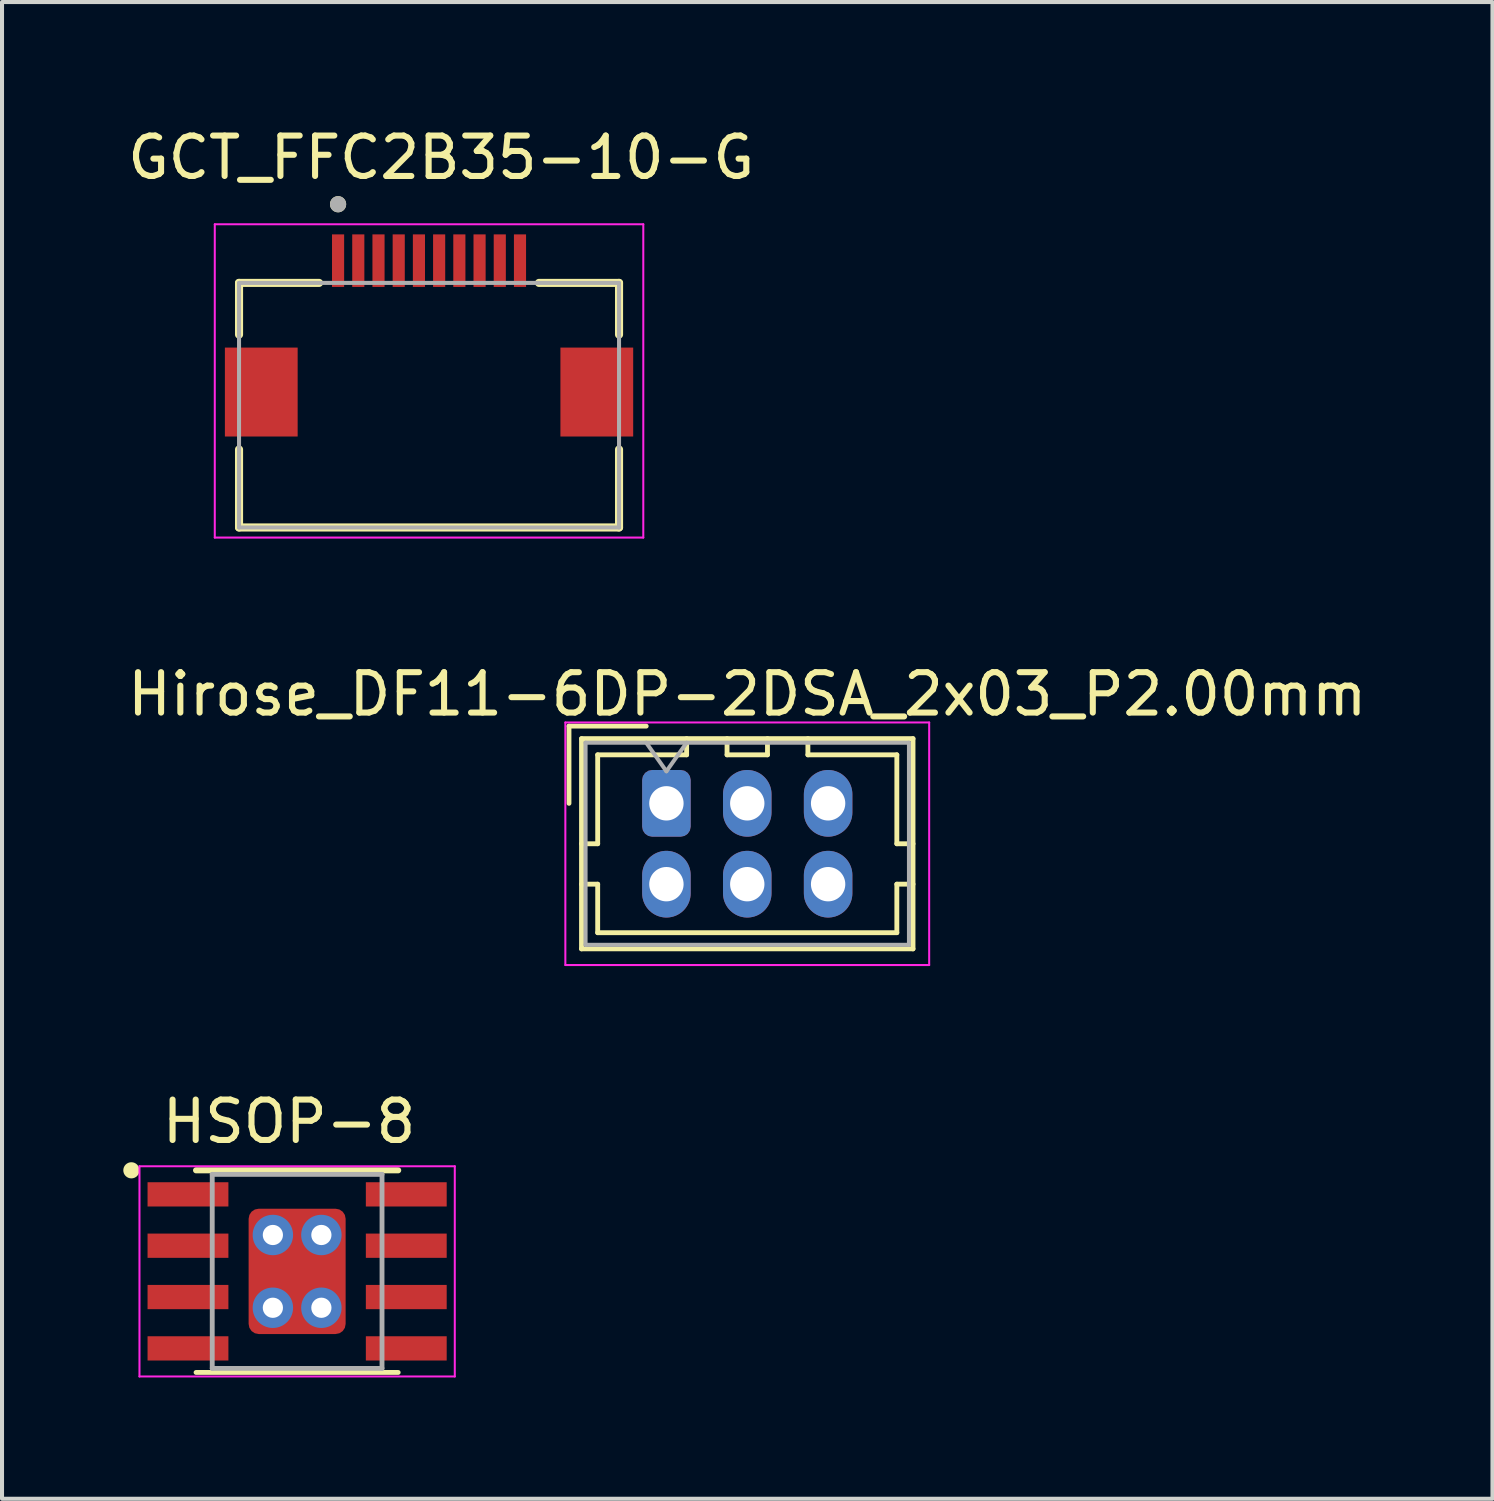
<source format=kicad_pcb>
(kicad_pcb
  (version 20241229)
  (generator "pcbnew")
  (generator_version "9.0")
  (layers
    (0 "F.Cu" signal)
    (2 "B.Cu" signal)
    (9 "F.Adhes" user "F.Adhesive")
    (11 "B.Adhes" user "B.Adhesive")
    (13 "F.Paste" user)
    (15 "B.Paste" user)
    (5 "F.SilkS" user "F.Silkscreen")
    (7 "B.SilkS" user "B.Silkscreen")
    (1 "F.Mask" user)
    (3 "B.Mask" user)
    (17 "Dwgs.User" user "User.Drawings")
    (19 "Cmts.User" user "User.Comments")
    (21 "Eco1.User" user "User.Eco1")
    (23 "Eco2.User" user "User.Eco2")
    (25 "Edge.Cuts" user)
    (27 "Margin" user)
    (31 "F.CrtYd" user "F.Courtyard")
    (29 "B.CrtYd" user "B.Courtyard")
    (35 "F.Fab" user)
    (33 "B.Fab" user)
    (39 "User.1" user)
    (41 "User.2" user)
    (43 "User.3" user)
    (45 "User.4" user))
  (footprint "HSOP-8"
    (layer "F.Cu")
    (at 4.3 28.4)
    (property "Reference" "HSOP-8" (at -0.2 -3.705 0) (layer "F.SilkS") (effects (font (size 1 1) (thickness 0.15))))
    (attr smd)
    (fp_line (start -2.5 -2.5) (end 2.5 -2.5) (stroke (width 0.15) (type solid)) (layer "F.SilkS"))
    (fp_line (start 2.5 2.5) (end -2.5 2.5) (stroke (width 0.12) (type solid)) (layer "F.SilkS"))
    (fp_circle (center -4.1 -2.5) (end -4 -2.5) (stroke (width 0.2) (type solid)) (fill no) (layer "F.SilkS"))
    (fp_line (start -3.9 -2.6) (end 3.9 -2.6) (stroke (width 0.05) (type solid)) (layer "F.CrtYd"))
    (fp_line (start -3.9 2.6) (end -3.9 -2.6) (stroke (width 0.05) (type solid)) (layer "F.CrtYd"))
    (fp_line (start 3.9 -2.6) (end 3.9 2.6) (stroke (width 0.05) (type solid)) (layer "F.CrtYd"))
    (fp_line (start 3.9 2.6) (end -3.9 2.6) (stroke (width 0.05) (type solid)) (layer "F.CrtYd"))
    (fp_line (start -2.1 -2.4) (end -2.1 2.4) (stroke (width 0.12) (type solid)) (layer "F.Fab"))
    (fp_line (start -2.1 2.4) (end 2.1 2.4) (stroke (width 0.12) (type solid)) (layer "F.Fab"))
    (fp_line (start 2.1 -2.4) (end -2.1 -2.4) (stroke (width 0.12) (type solid)) (layer "F.Fab"))
    (fp_line (start 2.1 2.4) (end 2.1 -2.4) (stroke (width 0.12) (type solid)) (layer "F.Fab"))
    (pad "1" smd rect (at -2.7 -1.905 270) (size 0.6 2) (layers "F.Cu" "F.Mask" "F.Paste"))
    (pad "2" smd rect (at -2.7 -0.635 270) (size 0.6 2) (layers "F.Cu" "F.Mask" "F.Paste"))
    (pad "3" smd rect (at -2.7 0.635 270) (size 0.6 2) (layers "F.Cu" "F.Mask" "F.Paste"))
    (pad "4" smd rect (at -2.7 1.905 270) (size 0.6 2) (layers "F.Cu" "F.Mask" "F.Paste"))
    (pad "5" smd rect (at 2.7 1.905 270) (size 0.6 2) (layers "F.Cu" "F.Mask" "F.Paste"))
    (pad "6" smd rect (at 2.7 0.635 270) (size 0.6 2) (layers "F.Cu" "F.Mask" "F.Paste"))
    (pad "7" smd rect (at 2.7 -0.635 270) (size 0.6 2) (layers "F.Cu" "F.Mask" "F.Paste"))
    (pad "8" smd rect (at 2.7 -1.905 270) (size 0.6 2) (layers "F.Cu" "F.Mask" "F.Paste"))
    (pad "EP" thru_hole circle (at -0.6 -0.9) (size 1 1) (drill 0.5) (layers "*.Cu" "*.Mask"))
    (pad "EP" thru_hole circle (at -0.6 0.9) (size 1 1) (drill 0.5) (layers "*.Cu" "*.Mask"))
    (pad "EP" smd roundrect (at 0 0) (size 2.4 3.1) (layers "F.Cu" "F.Mask" "F.Paste") (roundrect_rratio 0.104))
    (pad "EP" thru_hole circle (at 0.6 -0.9) (size 1 1) (drill 0.5) (layers "*.Cu" "*.Mask"))
    (pad "EP" thru_hole circle (at 0.6 0.9) (size 1 1) (drill 0.5) (layers "*.Cu" "*.Mask")))
  (footprint "GCT_FFC2B35-10-G"
    (layer "F.Cu")
    (at 7.563 6.648)
    (property "Reference" "GCT_FFC2B35-10-G" (at 0.3 -5.8 0) (layer "F.SilkS") (effects (font (size 1 1) (thickness 0.15))))
    (attr smd)
    (fp_line (start -4.7 -2.7) (end -2.72 -2.7) (stroke (width 0.2) (type solid)) (layer "F.SilkS"))
    (fp_line (start -4.7 -1.42) (end -4.7 -2.7) (stroke (width 0.2) (type solid)) (layer "F.SilkS"))
    (fp_line (start -4.7 3.35) (end -4.7 1.42) (stroke (width 0.2) (type solid)) (layer "F.SilkS"))
    (fp_line (start 2.72 -2.7) (end 4.7 -2.7) (stroke (width 0.2) (type solid)) (layer "F.SilkS"))
    (fp_line (start 4.7 -2.7) (end 4.7 -1.42) (stroke (width 0.2) (type solid)) (layer "F.SilkS"))
    (fp_line (start 4.7 3.35) (end -4.7 3.35) (stroke (width 0.2) (type solid)) (layer "F.SilkS"))
    (fp_line (start 4.7 3.35) (end 4.7 1.42) (stroke (width 0.2) (type solid)) (layer "F.SilkS"))
    (fp_circle (center -2.25 -4.646) (end -2.15 -4.646) (stroke (width 0.2) (type solid)) (fill no) (layer "F.SilkS"))
    (fp_line (start -5.3 -4.15) (end -5.3 3.6) (stroke (width 0.05) (type solid)) (layer "F.CrtYd"))
    (fp_line (start -5.3 3.6) (end 5.3 3.6) (stroke (width 0.05) (type solid)) (layer "F.CrtYd"))
    (fp_line (start 5.3 -4.15) (end -5.3 -4.15) (stroke (width 0.05) (type solid)) (layer "F.CrtYd"))
    (fp_line (start 5.3 3.6) (end 5.3 -4.15) (stroke (width 0.05) (type solid)) (layer "F.CrtYd"))
    (fp_line (start -4.7 -2.7) (end 4.7 -2.7) (stroke (width 0.1) (type solid)) (layer "F.Fab"))
    (fp_line (start -4.7 3.35) (end -4.7 -2.7) (stroke (width 0.1) (type solid)) (layer "F.Fab"))
    (fp_line (start 4.7 -2.7) (end 4.7 3.35) (stroke (width 0.1) (type solid)) (layer "F.Fab"))
    (fp_line (start 4.7 3.35) (end -4.7 3.35) (stroke (width 0.1) (type solid)) (layer "F.Fab"))
    (fp_circle (center -2.25 -4.646) (end -2.15 -4.646) (stroke (width 0.2) (type solid)) (fill no) (layer "F.Fab"))
    (pad "1" smd rect (at -2.25 -3.25) (size 0.3 1.3) (layers "F.Cu" "F.Mask" "F.Paste"))
    (pad "2" smd rect (at -1.75 -3.25) (size 0.3 1.3) (layers "F.Cu" "F.Mask" "F.Paste"))
    (pad "3" smd rect (at -1.25 -3.25) (size 0.3 1.3) (layers "F.Cu" "F.Mask" "F.Paste"))
    (pad "4" smd rect (at -0.75 -3.25) (size 0.3 1.3) (layers "F.Cu" "F.Mask" "F.Paste"))
    (pad "5" smd rect (at -0.25 -3.25) (size 0.3 1.3) (layers "F.Cu" "F.Mask" "F.Paste"))
    (pad "6" smd rect (at 0.25 -3.25) (size 0.3 1.3) (layers "F.Cu" "F.Mask" "F.Paste"))
    (pad "7" smd rect (at 0.75 -3.25) (size 0.3 1.3) (layers "F.Cu" "F.Mask" "F.Paste"))
    (pad "8" smd rect (at 1.25 -3.25) (size 0.3 1.3) (layers "F.Cu" "F.Mask" "F.Paste"))
    (pad "9" smd rect (at 1.75 -3.25) (size 0.3 1.3) (layers "F.Cu" "F.Mask" "F.Paste"))
    (pad "10" smd rect (at 2.25 -3.25) (size 0.3 1.3) (layers "F.Cu" "F.Mask" "F.Paste"))
    (pad "S1" smd rect (at -4.15 0) (size 1.8 2.2) (layers "F.Cu" "F.Mask" "F.Paste"))
    (pad "S2" smd rect (at 4.15 0) (size 1.8 2.2) (layers "F.Cu" "F.Mask" "F.Paste")))
  (footprint "Hirose_DF11-6DP-2DSA_2x03_P2.00mm"
    (layer "F.Cu")
    (at 13.435 16.822)
    (property "Reference" "Hirose_DF11-6DP-2DSA_2x03_P2.00mm" (at 2 -2.7 0) (layer "F.SilkS") (effects (font (size 1 1) (thickness 0.15))))
    (attr through_hole)
    (fp_line (start -2.41 -1.91) (end -0.5 -1.91) (stroke (width 0.12) (type solid)) (layer "F.SilkS"))
    (fp_line (start -2.41 0) (end -2.41 -1.91) (stroke (width 0.12) (type solid)) (layer "F.SilkS"))
    (fp_line (start -2.1 -1.6) (end -2.1 3.6) (stroke (width 0.12) (type solid)) (layer "F.SilkS"))
    (fp_line (start -2.1 1) (end -1.7 1) (stroke (width 0.12) (type solid)) (layer "F.SilkS"))
    (fp_line (start -2.1 2) (end -1.7 2) (stroke (width 0.12) (type solid)) (layer "F.SilkS"))
    (fp_line (start -2.1 3.6) (end 6.1 3.6) (stroke (width 0.12) (type solid)) (layer "F.SilkS"))
    (fp_line (start -1.7 -1.2) (end 0.5 -1.2) (stroke (width 0.12) (type solid)) (layer "F.SilkS"))
    (fp_line (start -1.7 1) (end -1.7 -1.2) (stroke (width 0.12) (type solid)) (layer "F.SilkS"))
    (fp_line (start -1.7 2) (end -1.7 3.2) (stroke (width 0.12) (type solid)) (layer "F.SilkS"))
    (fp_line (start -1.7 3.2) (end 5.7 3.2) (stroke (width 0.12) (type solid)) (layer "F.SilkS"))
    (fp_line (start 0.5 -1.2) (end 0.5 -1.6) (stroke (width 0.12) (type solid)) (layer "F.SilkS"))
    (fp_line (start 1.5 -1.6) (end 1.5 -1.2) (stroke (width 0.12) (type solid)) (layer "F.SilkS"))
    (fp_line (start 1.5 -1.2) (end 2.5 -1.2) (stroke (width 0.12) (type solid)) (layer "F.SilkS"))
    (fp_line (start 2.5 -1.2) (end 2.5 -1.6) (stroke (width 0.12) (type solid)) (layer "F.SilkS"))
    (fp_line (start 3.5 -1.2) (end 3.5 -1.6) (stroke (width 0.12) (type solid)) (layer "F.SilkS"))
    (fp_line (start 5.7 -1.2) (end 3.5 -1.2) (stroke (width 0.12) (type solid)) (layer "F.SilkS"))
    (fp_line (start 5.7 1) (end 5.7 -1.2) (stroke (width 0.12) (type solid)) (layer "F.SilkS"))
    (fp_line (start 5.7 2) (end 6.1 2) (stroke (width 0.12) (type solid)) (layer "F.SilkS"))
    (fp_line (start 5.7 3.2) (end 5.7 2) (stroke (width 0.12) (type solid)) (layer "F.SilkS"))
    (fp_line (start 6.1 -1.6) (end -2.1 -1.6) (stroke (width 0.12) (type solid)) (layer "F.SilkS"))
    (fp_line (start 6.1 1) (end 5.7 1) (stroke (width 0.12) (type solid)) (layer "F.SilkS"))
    (fp_line (start 6.1 3.6) (end 6.1 -1.6) (stroke (width 0.12) (type solid)) (layer "F.SilkS"))
    (fp_line (start -2.5 -2) (end -2.5 4) (stroke (width 0.05) (type solid)) (layer "F.CrtYd"))
    (fp_line (start -2.5 4) (end 6.5 4) (stroke (width 0.05) (type solid)) (layer "F.CrtYd"))
    (fp_line (start 6.5 -2) (end -2.5 -2) (stroke (width 0.05) (type solid)) (layer "F.CrtYd"))
    (fp_line (start 6.5 4) (end 6.5 -2) (stroke (width 0.05) (type solid)) (layer "F.CrtYd"))
    (fp_line (start -2 -1.5) (end -2 3.5) (stroke (width 0.1) (type solid)) (layer "F.Fab"))
    (fp_line (start -2 3.5) (end 6 3.5) (stroke (width 0.1) (type solid)) (layer "F.Fab"))
    (fp_line (start -0.5 -1.5) (end 0 -0.793) (stroke (width 0.1) (type solid)) (layer "F.Fab"))
    (fp_line (start 0 -0.793) (end 0.5 -1.5) (stroke (width 0.1) (type solid)) (layer "F.Fab"))
    (fp_line (start 6 -1.5) (end -2 -1.5) (stroke (width 0.1) (type solid)) (layer "F.Fab"))
    (fp_line (start 6 3.5) (end 6 -1.5) (stroke (width 0.1) (type solid)) (layer "F.Fab"))
    (pad "1" thru_hole roundrect (at 0 0) (size 1.2 1.65) (drill 0.85) (layers "*.Cu" "*.Mask") (roundrect_rratio 0.208))
    (pad "2" thru_hole oval (at 0 2) (size 1.2 1.65) (drill 0.85) (layers "*.Cu" "*.Mask"))
    (pad "3" thru_hole oval (at 2 0) (size 1.2 1.65) (drill 0.85) (layers "*.Cu" "*.Mask"))
    (pad "4" thru_hole oval (at 2 2) (size 1.2 1.65) (drill 0.85) (layers "*.Cu" "*.Mask"))
    (pad "5" thru_hole oval (at 4 0) (size 1.2 1.65) (drill 0.85) (layers "*.Cu" "*.Mask"))
    (pad "6" thru_hole oval (at 4 2) (size 1.2 1.65) (drill 0.85) (layers "*.Cu" "*.Mask")))
  (gr_rect
    (start -3 -3)
    (end 33.869 34.025)
    (stroke (width 0.1) (type default))
    (fill no)
    (layer "Edge.Cuts")))
</source>
